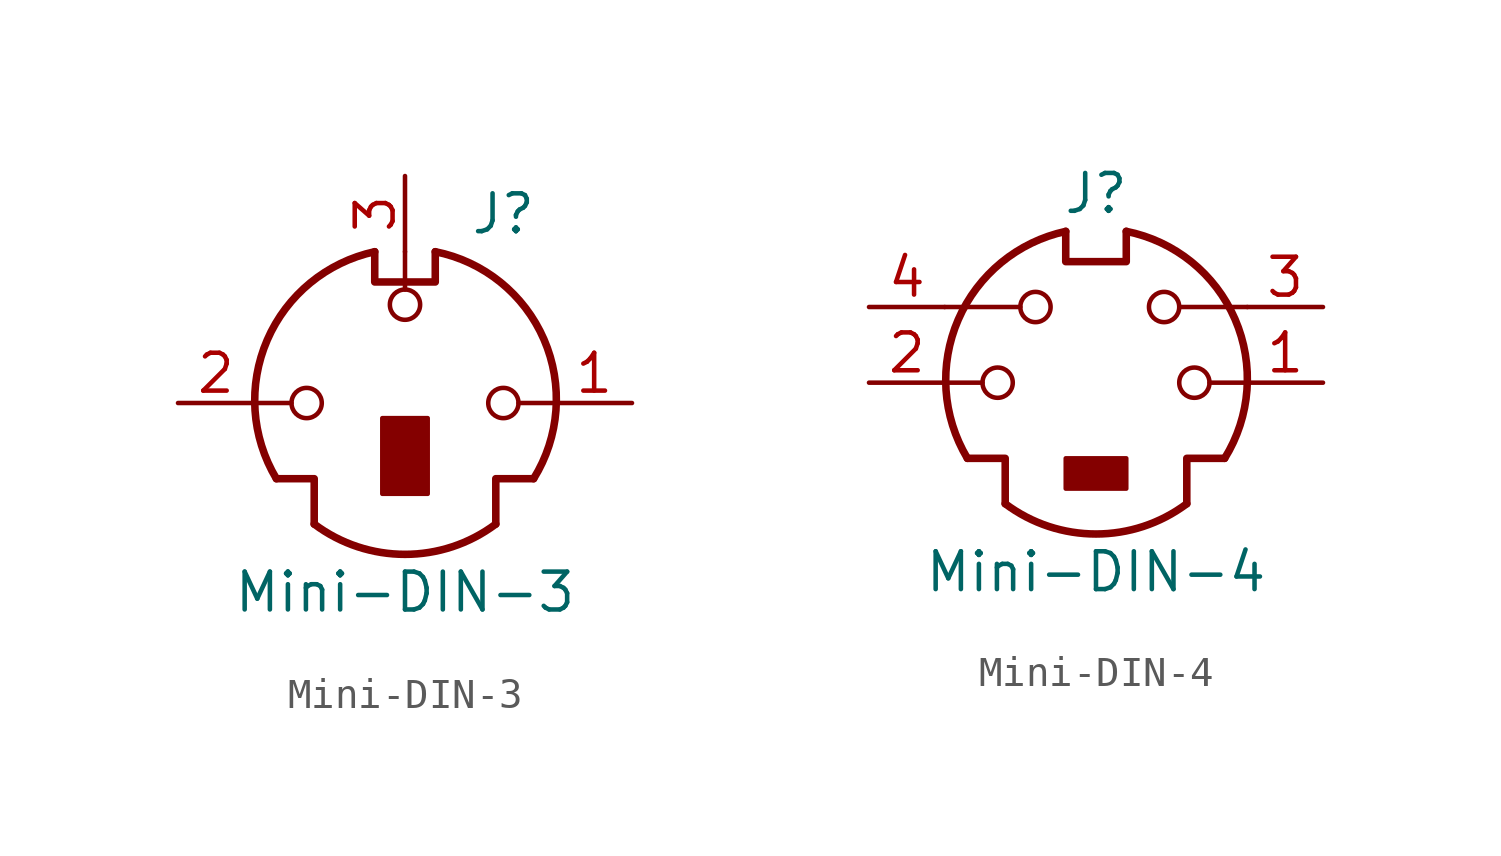
<source format=kicad_sym>
(kicad_symbol_lib
  (version 20241209)
  (generator "kicad_symbol_editor")
  (generator_version "9.0")
  (symbol "Mini-DIN-3"
    (pin_names
      (offset 1.016))
    (property "Reference" "J"
      (at 3.302 6.35 0)
      (effects (font (size 1.27 1.27))))
    (property "Value" "Mini-DIN-3"
      (at 0 -6.35 0)
      (effects (font (size 1.27 1.27))))
    (symbol "Mini-DIN-3_0_1"
      (polyline (pts (xy -4.318 -2.54) (xy -3.048 -2.54) (xy -3.048 -4.064)) (stroke (width 0.254) (type default)) (fill (type none)))
      (polyline (pts (xy -3.81 0) (xy -5.08 0)) (stroke (width 0) (type default)) (fill (type none)))
      (circle (center -3.302 0) (radius 0.508) (stroke (width 0) (type default)) (fill (type none)))
      (polyline (pts (xy -1.016 5.08) (xy -1.016 4.064) (xy 1.016 4.064) (xy 1.016 5.08)) (stroke (width 0.254) (type default)) (fill (type none)))
      (rectangle (start -0.762 -0.508) (end 0.762 -3.048) (stroke (width 0) (type default)) (fill (type outline)))
      (polyline (pts (xy 0 3.81) (xy 0 5.08)) (stroke (width 0) (type default)) (fill (type none)))
      (circle (center 0 3.302) (radius 0.508) (stroke (width 0) (type default)) (fill (type none)))
      (arc (start 3.048 -4.064) (mid 0 -5.08) (end -3.048 -4.064) (stroke (width 0.254) (type default)) (fill (type none)))
      (arc (start 1.016 5.08) (mid 4.6646 2.1356) (end 4.318 -2.54) (stroke (width 0.254) (type default)) (fill (type none)))
      (arc (start -4.318 -2.54) (mid -4.6241 2.1181) (end -1.016 5.08) (stroke (width 0.254) (type default)) (fill (type none)))
      (circle (center 3.302 0) (radius 0.508) (stroke (width 0) (type default)) (fill (type none)))
      (polyline (pts (xy 4.318 -2.54) (xy 3.048 -2.54) (xy 3.048 -4.064)) (stroke (width 0.254) (type default)) (fill (type none)))
      (polyline (pts (xy 5.08 0) (xy 3.81 0)) (stroke (width 0) (type default)) (fill (type none))))
    (symbol "Mini-DIN-3_1_1"
      (pin passive line (at -7.62 0 0) (length 2.54) (name "~" (effects (font (size 1.27 1.27)))) (number "2" (effects (font (size 1.27 1.27)))))
      (pin passive line (at 0 7.62 270) (length 2.54) (name "~" (effects (font (size 1.27 1.27)))) (number "3" (effects (font (size 1.27 1.27)))))
      (pin passive line (at 7.62 0 180) (length 2.54) (name "~" (effects (font (size 1.27 1.27)))) (number "1" (effects (font (size 1.27 1.27)))))))
  (symbol "Mini-DIN-4"
    (pin_names
      (offset 1.016))
    (property "Reference" "J"
      (at 0 6.35 0)
      (effects (font (size 1.27 1.27))))
    (property "Value" "Mini-DIN-4"
      (at 0 -6.35 0)
      (effects (font (size 1.27 1.27))))
    (symbol "Mini-DIN-4_0_1"
      (polyline (pts (xy -4.318 -2.54) (xy -3.048 -2.54) (xy -3.048 -4.064)) (stroke (width 0.254) (type default)) (fill (type none)))
      (polyline (pts (xy -3.81 0) (xy -5.08 0)) (stroke (width 0) (type default)) (fill (type none)))
      (circle (center -3.302 0) (radius 0.508) (stroke (width 0) (type default)) (fill (type none)))
      (polyline (pts (xy -2.54 2.54) (xy -5.08 2.54)) (stroke (width 0) (type default)) (fill (type none)))
      (circle (center -2.032 2.54) (radius 0.508) (stroke (width 0) (type default)) (fill (type none)))
      (polyline (pts (xy -1.016 5.08) (xy -1.016 4.064) (xy 1.016 4.064) (xy 1.016 5.08)) (stroke (width 0.254) (type default)) (fill (type none)))
      (rectangle (start -1.016 -2.54) (end 1.016 -3.556) (stroke (width 0) (type default)) (fill (type outline)))
      (arc (start 3.048 -4.064) (mid 0 -5.08) (end -3.048 -4.064) (stroke (width 0.254) (type default)) (fill (type none)))
      (arc (start 1.016 5.08) (mid 4.6646 2.1356) (end 4.318 -2.54) (stroke (width 0.254) (type default)) (fill (type none)))
      (arc (start -4.318 -2.54) (mid -4.6241 2.1181) (end -1.016 5.08) (stroke (width 0.254) (type default)) (fill (type none)))
      (circle (center 2.286 2.54) (radius 0.508) (stroke (width 0) (type default)) (fill (type none)))
      (polyline (pts (xy 2.794 2.54) (xy 5.08 2.54)) (stroke (width 0) (type default)) (fill (type none)))
      (circle (center 3.302 0) (radius 0.508) (stroke (width 0) (type default)) (fill (type none)))
      (polyline (pts (xy 4.318 -2.54) (xy 3.048 -2.54) (xy 3.048 -4.064)) (stroke (width 0.254) (type default)) (fill (type none)))
      (polyline (pts (xy 5.08 0) (xy 3.81 0)) (stroke (width 0) (type default)) (fill (type none))))
    (symbol "Mini-DIN-4_1_1"
      (pin passive line (at -7.62 2.54 0) (length 2.54) (name "~" (effects (font (size 1.27 1.27)))) (number "4" (effects (font (size 1.27 1.27)))))
      (pin passive line (at -7.62 0 0) (length 2.54) (name "~" (effects (font (size 1.27 1.27)))) (number "2" (effects (font (size 1.27 1.27)))))
      (pin passive line (at 7.62 2.54 180) (length 2.54) (name "~" (effects (font (size 1.27 1.27)))) (number "3" (effects (font (size 1.27 1.27)))))
      (pin passive line (at 7.62 0 180) (length 2.54) (name "~" (effects (font (size 1.27 1.27)))) (number "1" (effects (font (size 1.27 1.27))))))))
</source>
